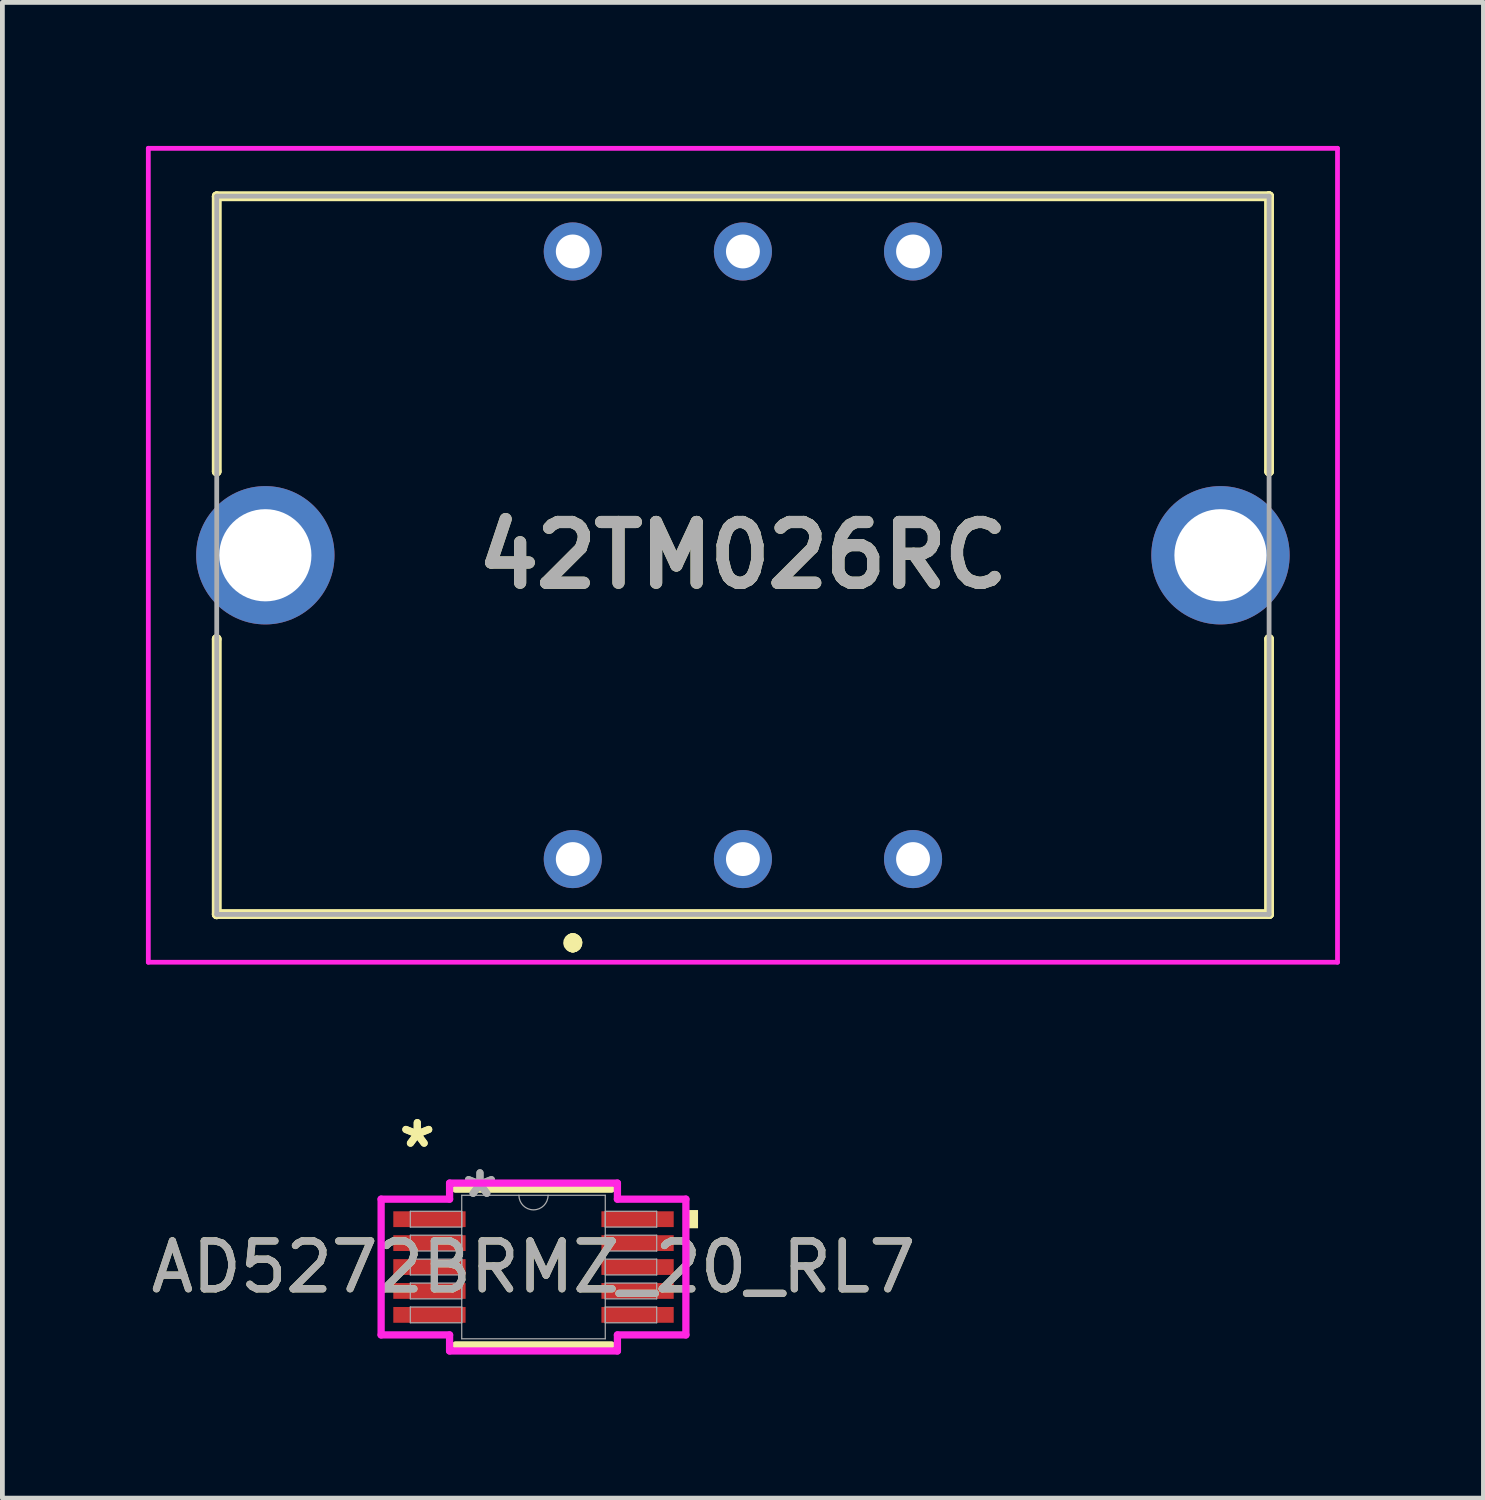
<source format=kicad_pcb>
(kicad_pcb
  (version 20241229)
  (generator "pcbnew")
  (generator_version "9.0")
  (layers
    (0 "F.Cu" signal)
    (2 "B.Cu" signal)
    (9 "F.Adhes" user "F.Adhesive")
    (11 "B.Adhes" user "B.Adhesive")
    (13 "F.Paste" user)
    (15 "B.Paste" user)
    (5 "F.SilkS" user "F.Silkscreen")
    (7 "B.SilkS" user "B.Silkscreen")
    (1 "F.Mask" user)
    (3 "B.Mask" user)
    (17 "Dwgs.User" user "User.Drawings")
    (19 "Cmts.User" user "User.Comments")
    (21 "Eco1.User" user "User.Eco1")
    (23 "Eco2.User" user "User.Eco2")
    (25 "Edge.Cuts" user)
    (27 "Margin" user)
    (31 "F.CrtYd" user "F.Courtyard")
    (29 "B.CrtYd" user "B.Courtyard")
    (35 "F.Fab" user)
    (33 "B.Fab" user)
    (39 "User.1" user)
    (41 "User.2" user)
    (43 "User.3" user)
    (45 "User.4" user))
  (footprint "AD5272BRMZ_20_RL7"
    (layer "F.Cu")
    (at 8.101 23.433)
    (property "Reference" "AD5272BRMZ_20_RL7" (at 0 0 0) (unlocked yes) (layer "F.SilkS") (effects (font (size 1 1) (thickness 0.15))))
    (attr smd)
    (fp_line (start -1.627 1.627) (end 1.627 1.627) (stroke (width 0.152) (type solid)) (layer "F.SilkS"))
    (fp_line (start 1.627 -1.627) (end -1.627 -1.627) (stroke (width 0.152) (type solid)) (layer "F.SilkS"))
    (fp_poly (pts (xy 3.439 -1.191) (xy 3.439 -0.81) (xy 3.185 -0.81) (xy 3.185 -1.191)) (stroke (width 0) (type solid)) (fill yes) (layer "F.SilkS"))
    (fp_line (start -3.185 -1.419) (end -1.754 -1.419) (stroke (width 0.152) (type solid)) (layer "F.CrtYd"))
    (fp_line (start -3.185 1.419) (end -3.185 -1.419) (stroke (width 0.152) (type solid)) (layer "F.CrtYd"))
    (fp_line (start -3.185 1.419) (end -1.754 1.419) (stroke (width 0.152) (type solid)) (layer "F.CrtYd"))
    (fp_line (start -1.754 -1.754) (end 1.754 -1.754) (stroke (width 0.152) (type solid)) (layer "F.CrtYd"))
    (fp_line (start -1.754 -1.419) (end -1.754 -1.754) (stroke (width 0.152) (type solid)) (layer "F.CrtYd"))
    (fp_line (start -1.754 1.754) (end -1.754 1.419) (stroke (width 0.152) (type solid)) (layer "F.CrtYd"))
    (fp_line (start 1.754 -1.754) (end 1.754 -1.419) (stroke (width 0.152) (type solid)) (layer "F.CrtYd"))
    (fp_line (start 1.754 1.419) (end 1.754 1.754) (stroke (width 0.152) (type solid)) (layer "F.CrtYd"))
    (fp_line (start 1.754 1.754) (end -1.754 1.754) (stroke (width 0.152) (type solid)) (layer "F.CrtYd"))
    (fp_line (start 3.185 -1.419) (end 1.754 -1.419) (stroke (width 0.152) (type solid)) (layer "F.CrtYd"))
    (fp_line (start 3.185 -1.419) (end 3.185 1.419) (stroke (width 0.152) (type solid)) (layer "F.CrtYd"))
    (fp_line (start 3.185 1.419) (end 1.754 1.419) (stroke (width 0.152) (type solid)) (layer "F.CrtYd"))
    (fp_line (start -2.575 -1.165) (end -2.575 -0.835) (stroke (width 0.025) (type solid)) (layer "F.Fab"))
    (fp_line (start -2.575 -0.835) (end -1.5 -0.835) (stroke (width 0.025) (type solid)) (layer "F.Fab"))
    (fp_line (start -2.575 -0.665) (end -2.575 -0.335) (stroke (width 0.025) (type solid)) (layer "F.Fab"))
    (fp_line (start -2.575 -0.335) (end -1.5 -0.335) (stroke (width 0.025) (type solid)) (layer "F.Fab"))
    (fp_line (start -2.575 -0.165) (end -2.575 0.165) (stroke (width 0.025) (type solid)) (layer "F.Fab"))
    (fp_line (start -2.575 0.165) (end -1.5 0.165) (stroke (width 0.025) (type solid)) (layer "F.Fab"))
    (fp_line (start -2.575 0.335) (end -2.575 0.665) (stroke (width 0.025) (type solid)) (layer "F.Fab"))
    (fp_line (start -2.575 0.665) (end -1.5 0.665) (stroke (width 0.025) (type solid)) (layer "F.Fab"))
    (fp_line (start -2.575 0.835) (end -2.575 1.165) (stroke (width 0.025) (type solid)) (layer "F.Fab"))
    (fp_line (start -2.575 1.165) (end -1.5 1.165) (stroke (width 0.025) (type solid)) (layer "F.Fab"))
    (fp_line (start -1.5 -1.5) (end -1.5 1.5) (stroke (width 0.025) (type solid)) (layer "F.Fab"))
    (fp_line (start -1.5 -1.165) (end -2.575 -1.165) (stroke (width 0.025) (type solid)) (layer "F.Fab"))
    (fp_line (start -1.5 -0.835) (end -1.5 -1.165) (stroke (width 0.025) (type solid)) (layer "F.Fab"))
    (fp_line (start -1.5 -0.665) (end -2.575 -0.665) (stroke (width 0.025) (type solid)) (layer "F.Fab"))
    (fp_line (start -1.5 -0.335) (end -1.5 -0.665) (stroke (width 0.025) (type solid)) (layer "F.Fab"))
    (fp_line (start -1.5 -0.165) (end -2.575 -0.165) (stroke (width 0.025) (type solid)) (layer "F.Fab"))
    (fp_line (start -1.5 0.165) (end -1.5 -0.165) (stroke (width 0.025) (type solid)) (layer "F.Fab"))
    (fp_line (start -1.5 0.335) (end -2.575 0.335) (stroke (width 0.025) (type solid)) (layer "F.Fab"))
    (fp_line (start -1.5 0.665) (end -1.5 0.335) (stroke (width 0.025) (type solid)) (layer "F.Fab"))
    (fp_line (start -1.5 0.835) (end -2.575 0.835) (stroke (width 0.025) (type solid)) (layer "F.Fab"))
    (fp_line (start -1.5 1.165) (end -1.5 0.835) (stroke (width 0.025) (type solid)) (layer "F.Fab"))
    (fp_line (start -1.5 1.5) (end 1.5 1.5) (stroke (width 0.025) (type solid)) (layer "F.Fab"))
    (fp_line (start 1.5 -1.5) (end -1.5 -1.5) (stroke (width 0.025) (type solid)) (layer "F.Fab"))
    (fp_line (start 1.5 -1.165) (end 1.5 -0.835) (stroke (width 0.025) (type solid)) (layer "F.Fab"))
    (fp_line (start 1.5 -0.835) (end 2.575 -0.835) (stroke (width 0.025) (type solid)) (layer "F.Fab"))
    (fp_line (start 1.5 -0.665) (end 1.5 -0.335) (stroke (width 0.025) (type solid)) (layer "F.Fab"))
    (fp_line (start 1.5 -0.335) (end 2.575 -0.335) (stroke (width 0.025) (type solid)) (layer "F.Fab"))
    (fp_line (start 1.5 -0.165) (end 1.5 0.165) (stroke (width 0.025) (type solid)) (layer "F.Fab"))
    (fp_line (start 1.5 0.165) (end 2.575 0.165) (stroke (width 0.025) (type solid)) (layer "F.Fab"))
    (fp_line (start 1.5 0.335) (end 1.5 0.665) (stroke (width 0.025) (type solid)) (layer "F.Fab"))
    (fp_line (start 1.5 0.665) (end 2.575 0.665) (stroke (width 0.025) (type solid)) (layer "F.Fab"))
    (fp_line (start 1.5 0.835) (end 1.5 1.165) (stroke (width 0.025) (type solid)) (layer "F.Fab"))
    (fp_line (start 1.5 1.165) (end 2.575 1.165) (stroke (width 0.025) (type solid)) (layer "F.Fab"))
    (fp_line (start 1.5 1.5) (end 1.5 -1.5) (stroke (width 0.025) (type solid)) (layer "F.Fab"))
    (fp_line (start 2.575 -1.165) (end 1.5 -1.165) (stroke (width 0.025) (type solid)) (layer "F.Fab"))
    (fp_line (start 2.575 -0.835) (end 2.575 -1.165) (stroke (width 0.025) (type solid)) (layer "F.Fab"))
    (fp_line (start 2.575 -0.665) (end 1.5 -0.665) (stroke (width 0.025) (type solid)) (layer "F.Fab"))
    (fp_line (start 2.575 -0.335) (end 2.575 -0.665) (stroke (width 0.025) (type solid)) (layer "F.Fab"))
    (fp_line (start 2.575 -0.165) (end 1.5 -0.165) (stroke (width 0.025) (type solid)) (layer "F.Fab"))
    (fp_line (start 2.575 0.165) (end 2.575 -0.165) (stroke (width 0.025) (type solid)) (layer "F.Fab"))
    (fp_line (start 2.575 0.335) (end 1.5 0.335) (stroke (width 0.025) (type solid)) (layer "F.Fab"))
    (fp_line (start 2.575 0.665) (end 2.575 0.335) (stroke (width 0.025) (type solid)) (layer "F.Fab"))
    (fp_line (start 2.575 0.835) (end 1.5 0.835) (stroke (width 0.025) (type solid)) (layer "F.Fab"))
    (fp_line (start 2.575 1.165) (end 2.575 0.835) (stroke (width 0.025) (type solid)) (layer "F.Fab"))
    (fp_arc (start 0.3048 -1.5) (mid 0 -1.1952) (end -0.3048 -1.5) (stroke (width 0.0254) (type solid)) (layer "F.Fab"))
    (fp_text user "*" (at -2.429 -2.473 0) (layer "F.SilkS") (effects (font (size 1 1) (thickness 0.15))))
    (fp_text user "*" (at -2.429 -2.473 0) (unlocked yes) (layer "F.SilkS") (effects (font (size 1 1) (thickness 0.15))))
    (fp_text user "*" (at -1.119 -1.424 0) (layer "F.Fab") (effects (font (size 1 1) (thickness 0.15))))
    (fp_text user "${REFERENCE}" (at 0 0 0) (unlocked yes) (layer "F.Fab") (effects (font (size 1 1) (thickness 0.15))))
    (fp_text user "*" (at -1.119 -1.424 0) (unlocked yes) (layer "F.Fab") (effects (font (size 1 1) (thickness 0.15))))
    (pad "1" smd rect (at -2.175 -1) (size 1.511 0.33) (layers "F.Cu" "F.Mask" "F.Paste"))
    (pad "2" smd rect (at -2.175 -0.5) (size 1.511 0.33) (layers "F.Cu" "F.Mask" "F.Paste"))
    (pad "3" smd rect (at -2.175 0) (size 1.511 0.33) (layers "F.Cu" "F.Mask" "F.Paste"))
    (pad "4" smd rect (at -2.175 0.5) (size 1.511 0.33) (layers "F.Cu" "F.Mask" "F.Paste"))
    (pad "5" smd rect (at -2.175 1) (size 1.511 0.33) (layers "F.Cu" "F.Mask" "F.Paste"))
    (pad "6" smd rect (at 2.175 1) (size 1.511 0.33) (layers "F.Cu" "F.Mask" "F.Paste"))
    (pad "7" smd rect (at 2.175 0.5) (size 1.511 0.33) (layers "F.Cu" "F.Mask" "F.Paste"))
    (pad "8" smd rect (at 2.175 0) (size 1.511 0.33) (layers "F.Cu" "F.Mask" "F.Paste"))
    (pad "9" smd rect (at 2.175 -0.5) (size 1.511 0.33) (layers "F.Cu" "F.Mask" "F.Paste"))
    (pad "10" smd rect (at 2.175 -1) (size 1.511 0.33) (layers "F.Cu" "F.Mask" "F.Paste")))
  (footprint "42TM026RC"
    (layer "F.Cu")
    (at 8.922 14.906)
    (property "Reference" "42TM026RC" (at 3.556 -6.35 0) (layer "F.SilkS") (effects (font (size 1.27 1.27) (thickness 0.254))))
    (attr through_hole)
    (fp_line (start -7.444 -13.85) (end -7.444 -8.1) (stroke (width 0.2) (type solid)) (layer "F.SilkS"))
    (fp_line (start -7.444 -8.1) (end -7.442 -8.1) (stroke (width 0.2) (type solid)) (layer "F.SilkS"))
    (fp_line (start -7.444 -4.6) (end -7.444 1.156) (stroke (width 0.2) (type solid)) (layer "F.SilkS"))
    (fp_line (start -7.444 1.156) (end -7.442 1.156) (stroke (width 0.2) (type solid)) (layer "F.SilkS"))
    (fp_line (start -7.442 -13.856) (end -7.442 -13.85) (stroke (width 0.2) (type solid)) (layer "F.SilkS"))
    (fp_line (start -7.442 -13.85) (end -7.444 -13.85) (stroke (width 0.2) (type solid)) (layer "F.SilkS"))
    (fp_line (start -7.442 -13.85) (end 14.554 -13.85) (stroke (width 0.2) (type solid)) (layer "F.SilkS"))
    (fp_line (start -7.442 -8.1) (end -7.442 -13.85) (stroke (width 0.2) (type solid)) (layer "F.SilkS"))
    (fp_line (start -7.442 -4.6) (end -7.444 -4.6) (stroke (width 0.2) (type solid)) (layer "F.SilkS"))
    (fp_line (start -7.442 1.15) (end -7.442 1.15) (stroke (width 0.2) (type solid)) (layer "F.SilkS"))
    (fp_line (start -7.442 1.15) (end 14.556 1.15) (stroke (width 0.2) (type solid)) (layer "F.SilkS"))
    (fp_line (start -7.442 1.156) (end -7.442 -4.6) (stroke (width 0.2) (type solid)) (layer "F.SilkS"))
    (fp_line (start 0 1.7) (end 0 1.7) (stroke (width 0.3) (type solid)) (layer "F.SilkS"))
    (fp_line (start 0 1.8) (end 0 1.8) (stroke (width 0.3) (type solid)) (layer "F.SilkS"))
    (fp_line (start 0 1.8) (end 0 1.8) (stroke (width 0.3) (type solid)) (layer "F.SilkS"))
    (fp_line (start 14.554 -13.856) (end -7.442 -13.856) (stroke (width 0.2) (type solid)) (layer "F.SilkS"))
    (fp_line (start 14.554 -13.856) (end 14.554 -13.856) (stroke (width 0.2) (type solid)) (layer "F.SilkS"))
    (fp_line (start 14.554 -13.856) (end 14.554 -8.1) (stroke (width 0.2) (type solid)) (layer "F.SilkS"))
    (fp_line (start 14.554 -13.85) (end 14.554 -13.856) (stroke (width 0.2) (type solid)) (layer "F.SilkS"))
    (fp_line (start 14.554 -8.1) (end 14.554 -13.856) (stroke (width 0.2) (type solid)) (layer "F.SilkS"))
    (fp_line (start 14.554 -8.1) (end 14.554 -8.1) (stroke (width 0.2) (type solid)) (layer "F.SilkS"))
    (fp_line (start 14.554 -4.6) (end 14.554 -4.6) (stroke (width 0.2) (type solid)) (layer "F.SilkS"))
    (fp_line (start 14.554 -4.6) (end 14.554 1.15) (stroke (width 0.2) (type solid)) (layer "F.SilkS"))
    (fp_line (start 14.554 1.15) (end 14.554 -4.6) (stroke (width 0.2) (type solid)) (layer "F.SilkS"))
    (fp_line (start 14.554 1.15) (end 14.554 1.15) (stroke (width 0.2) (type solid)) (layer "F.SilkS"))
    (fp_line (start 14.556 1.15) (end -7.442 1.15) (stroke (width 0.2) (type solid)) (layer "F.SilkS"))
    (fp_line (start 14.556 1.15) (end 14.556 1.15) (stroke (width 0.2) (type solid)) (layer "F.SilkS"))
    (fp_arc (start 0 1.7) (mid 0.05 1.75) (end 0 1.8) (stroke (width 0.3) (type solid)) (layer "F.SilkS"))
    (fp_arc (start 0 1.7) (mid 0.05 1.75) (end 0 1.8) (stroke (width 0.3) (type solid)) (layer "F.SilkS"))
    (fp_arc (start 0 1.8) (mid -0.05 1.75) (end 0 1.7) (stroke (width 0.3) (type solid)) (layer "F.SilkS"))
    (fp_line (start -8.872 -14.856) (end 15.984 -14.856) (stroke (width 0.1) (type solid)) (layer "F.CrtYd"))
    (fp_line (start -8.872 2.156) (end -8.872 -14.856) (stroke (width 0.1) (type solid)) (layer "F.CrtYd"))
    (fp_line (start 15.984 -14.856) (end 15.984 2.156) (stroke (width 0.1) (type solid)) (layer "F.CrtYd"))
    (fp_line (start 15.984 2.156) (end -8.872 2.156) (stroke (width 0.1) (type solid)) (layer "F.CrtYd"))
    (fp_line (start -7.442 -13.856) (end -7.442 1.156) (stroke (width 0.1) (type solid)) (layer "F.Fab"))
    (fp_line (start -7.442 1.156) (end 14.554 1.156) (stroke (width 0.1) (type solid)) (layer "F.Fab"))
    (fp_line (start 14.554 -13.856) (end -7.442 -13.856) (stroke (width 0.1) (type solid)) (layer "F.Fab"))
    (fp_line (start 14.554 1.156) (end 14.554 -13.856) (stroke (width 0.1) (type solid)) (layer "F.Fab"))
    (fp_text user "${REFERENCE}" (at 3.556 -6.35 0) (layer "F.Fab") (effects (font (size 1.27 1.27) (thickness 0.254))))
    (pad "1" thru_hole circle (at 0 0) (size 1.214 1.214) (drill 0.708) (layers "*.Cu" "*.Mask"))
    (pad "2" thru_hole circle (at 3.556 0) (size 1.214 1.214) (drill 0.708) (layers "*.Cu" "*.Mask"))
    (pad "3" thru_hole circle (at 7.112 0) (size 1.214 1.214) (drill 0.708) (layers "*.Cu" "*.Mask"))
    (pad "4" thru_hole circle (at 7.112 -12.7) (size 1.214 1.214) (drill 0.708) (layers "*.Cu" "*.Mask"))
    (pad "5" thru_hole circle (at 3.556 -12.7) (size 1.214 1.214) (drill 0.708) (layers "*.Cu" "*.Mask"))
    (pad "6" thru_hole circle (at 0 -12.7) (size 1.214 1.214) (drill 0.708) (layers "*.Cu" "*.Mask"))
    (pad "MH1" thru_hole circle (at -6.426 -6.35) (size 2.891 2.891) (drill 1.927) (layers "*.Cu" "*.Mask"))
    (pad "MH2" thru_hole circle (at 13.538 -6.35) (size 2.891 2.891) (drill 1.927) (layers "*.Cu" "*.Mask")))
  (gr_rect
    (start -3 -3)
    (end 27.956 28.263)
    (stroke (width 0.1) (type default))
    (fill no)
    (layer "Edge.Cuts")))
</source>
